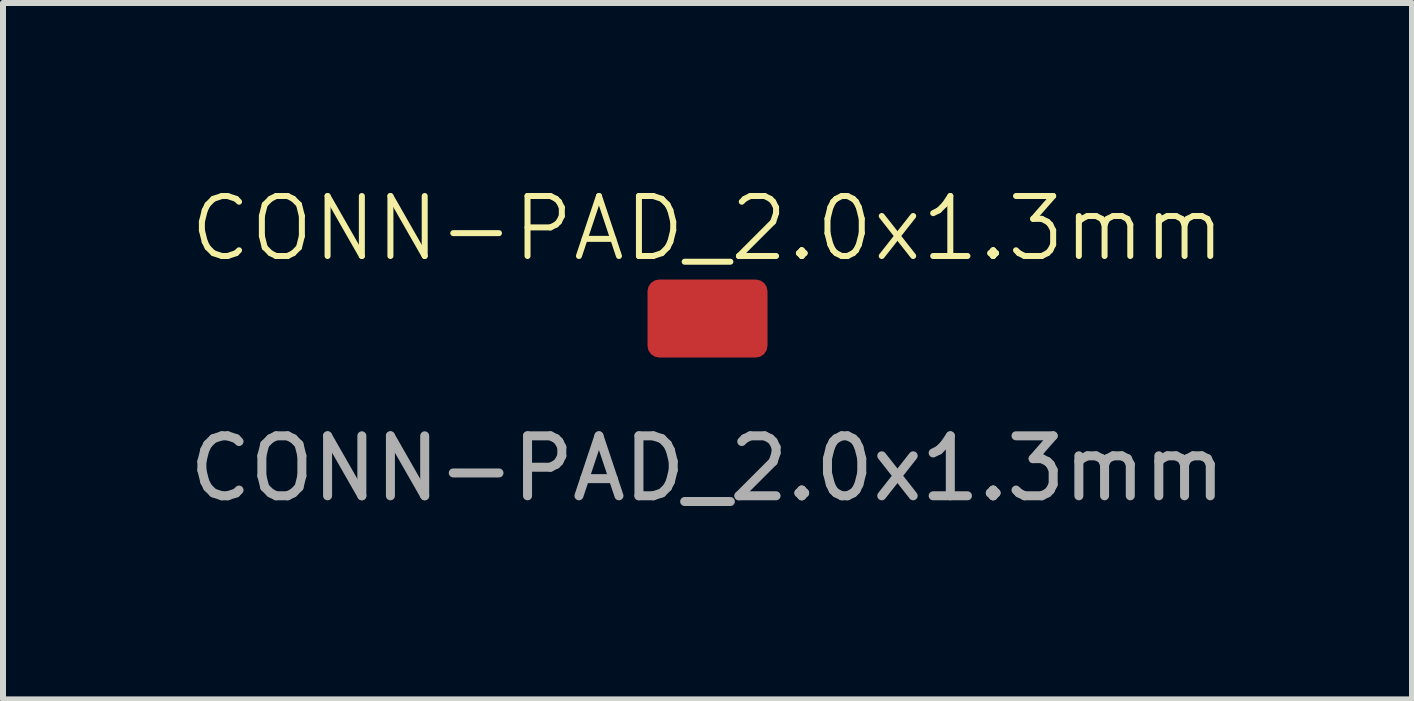
<source format=kicad_pcb>
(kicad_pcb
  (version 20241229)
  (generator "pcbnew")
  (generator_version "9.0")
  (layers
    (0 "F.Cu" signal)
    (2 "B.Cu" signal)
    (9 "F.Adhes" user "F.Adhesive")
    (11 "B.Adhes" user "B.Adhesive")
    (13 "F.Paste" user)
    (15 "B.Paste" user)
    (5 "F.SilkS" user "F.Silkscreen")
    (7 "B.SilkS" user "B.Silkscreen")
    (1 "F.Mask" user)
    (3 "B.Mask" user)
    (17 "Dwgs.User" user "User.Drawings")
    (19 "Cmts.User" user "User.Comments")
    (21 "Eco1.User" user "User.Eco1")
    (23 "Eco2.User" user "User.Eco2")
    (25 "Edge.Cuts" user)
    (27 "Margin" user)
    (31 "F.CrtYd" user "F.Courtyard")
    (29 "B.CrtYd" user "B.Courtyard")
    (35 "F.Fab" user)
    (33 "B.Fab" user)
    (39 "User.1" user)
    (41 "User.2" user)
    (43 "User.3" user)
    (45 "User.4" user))
  (footprint "CONN-PAD_2.0x1.3mm"
    (layer "F.Cu")
    (at 8.744 2.26)
    (property "Reference" "CONN-PAD_2.0x1.3mm" (at 0 -1.5 0) (unlocked yes) (layer "F.SilkS") (effects (font (size 1 1) (thickness 0.1))))
    (attr smd)
    (fp_text user "${REFERENCE}" (at 0 2.5 0) (unlocked yes) (layer "F.Fab") (effects (font (size 1 1) (thickness 0.15))))
    (pad "1" smd roundrect (at 0 0) (size 2 1.3) (layers "F.Cu" "F.Mask" "F.Paste") (roundrect_rratio 0.15)))
  (gr_rect
    (start -3 -3)
    (end 20.488 8.609)
    (stroke (width 0.1) (type default))
    (fill no)
    (layer "Edge.Cuts")))
</source>
